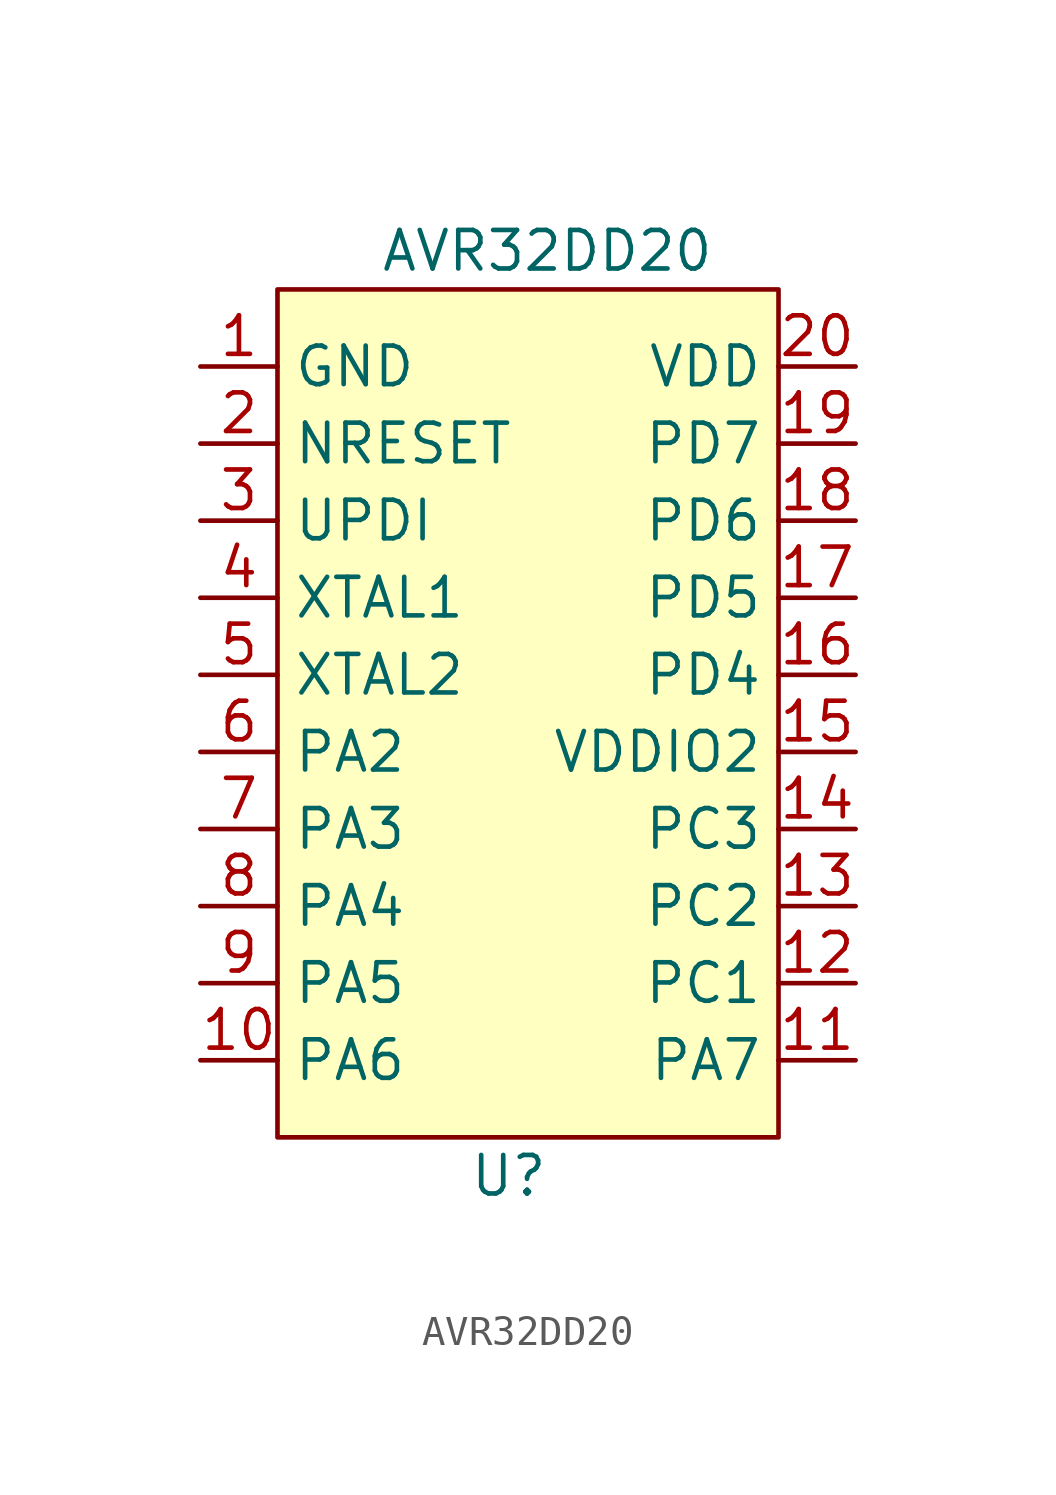
<source format=kicad_sym>
(kicad_symbol_lib
  (version 20211014)
  (generator kicad_symbol_editor)
  (symbol "AVR32DD20"
    (property "Reference" "U"
      (at 7.62 -26.67 0)
      (effects (font (size 1.27 1.27))))
    (property "Value" "AVR32DD20"
      (at 8.89 3.81 0)
      (effects (font (size 1.27 1.27))))
    (symbol "AVR32DD20_0_0"
      (pin power_in line (at -2.54 0 0) (length 2.54) (name "GND" (effects (font (size 1.27 1.27)))) (number "1" (effects (font (size 1.27 1.27)))))
      (pin bidirectional line (at -2.54 -22.86 0) (length 2.54) (name "PA6" (effects (font (size 1.27 1.27)))) (number "10" (effects (font (size 1.27 1.27)))))
      (pin bidirectional line (at 19.05 -22.86 180) (length 2.54) (name "PA7" (effects (font (size 1.27 1.27)))) (number "11" (effects (font (size 1.27 1.27)))))
      (pin bidirectional line (at 19.05 -20.32 180) (length 2.54) (name "PC1" (effects (font (size 1.27 1.27)))) (number "12" (effects (font (size 1.27 1.27)))))
      (pin bidirectional line (at 19.05 -17.78 180) (length 2.54) (name "PC2" (effects (font (size 1.27 1.27)))) (number "13" (effects (font (size 1.27 1.27)))))
      (pin bidirectional line (at 19.05 -15.24 180) (length 2.54) (name "PC3" (effects (font (size 1.27 1.27)))) (number "14" (effects (font (size 1.27 1.27)))))
      (pin power_in line (at 19.05 -12.7 180) (length 2.54) (name "VDDIO2" (effects (font (size 1.27 1.27)))) (number "15" (effects (font (size 1.27 1.27)))))
      (pin bidirectional line (at 19.05 -10.16 180) (length 2.54) (name "PD4" (effects (font (size 1.27 1.27)))) (number "16" (effects (font (size 1.27 1.27)))))
      (pin bidirectional line (at 19.05 -7.62 180) (length 2.54) (name "PD5" (effects (font (size 1.27 1.27)))) (number "17" (effects (font (size 1.27 1.27)))))
      (pin bidirectional line (at 19.05 -5.08 180) (length 2.54) (name "PD6" (effects (font (size 1.27 1.27)))) (number "18" (effects (font (size 1.27 1.27)))))
      (pin bidirectional line (at 19.05 -2.54 180) (length 2.54) (name "PD7" (effects (font (size 1.27 1.27)))) (number "19" (effects (font (size 1.27 1.27)))))
      (pin bidirectional line (at -2.54 -2.54 0) (length 2.54) (name "NRESET" (effects (font (size 1.27 1.27)))) (number "2" (effects (font (size 1.27 1.27)))))
      (pin power_in line (at 19.05 0 180) (length 2.54) (name "VDD" (effects (font (size 1.27 1.27)))) (number "20" (effects (font (size 1.27 1.27)))))
      (pin bidirectional line (at -2.54 -5.08 0) (length 2.54) (name "UPDI" (effects (font (size 1.27 1.27)))) (number "3" (effects (font (size 1.27 1.27)))))
      (pin bidirectional line (at -2.54 -7.62 0) (length 2.54) (name "XTAL1" (effects (font (size 1.27 1.27)))) (number "4" (effects (font (size 1.27 1.27)))))
      (pin bidirectional line (at -2.54 -10.16 0) (length 2.54) (name "XTAL2" (effects (font (size 1.27 1.27)))) (number "5" (effects (font (size 1.27 1.27)))))
      (pin bidirectional line (at -2.54 -12.7 0) (length 2.54) (name "PA2" (effects (font (size 1.27 1.27)))) (number "6" (effects (font (size 1.27 1.27)))))
      (pin bidirectional line (at -2.54 -15.24 0) (length 2.54) (name "PA3" (effects (font (size 1.27 1.27)))) (number "7" (effects (font (size 1.27 1.27)))))
      (pin bidirectional line (at -2.54 -17.78 0) (length 2.54) (name "PA4" (effects (font (size 1.27 1.27)))) (number "8" (effects (font (size 1.27 1.27)))))
      (pin bidirectional line (at -2.54 -20.32 0) (length 2.54) (name "PA5" (effects (font (size 1.27 1.27)))) (number "9" (effects (font (size 1.27 1.27))))))
    (symbol "AVR32DD20_0_1"
      (rectangle (start 0 2.54) (end 16.51 -25.4) (stroke (width 0) (type default) (color 0 0 0 0)) (fill (type background))))))
</source>
